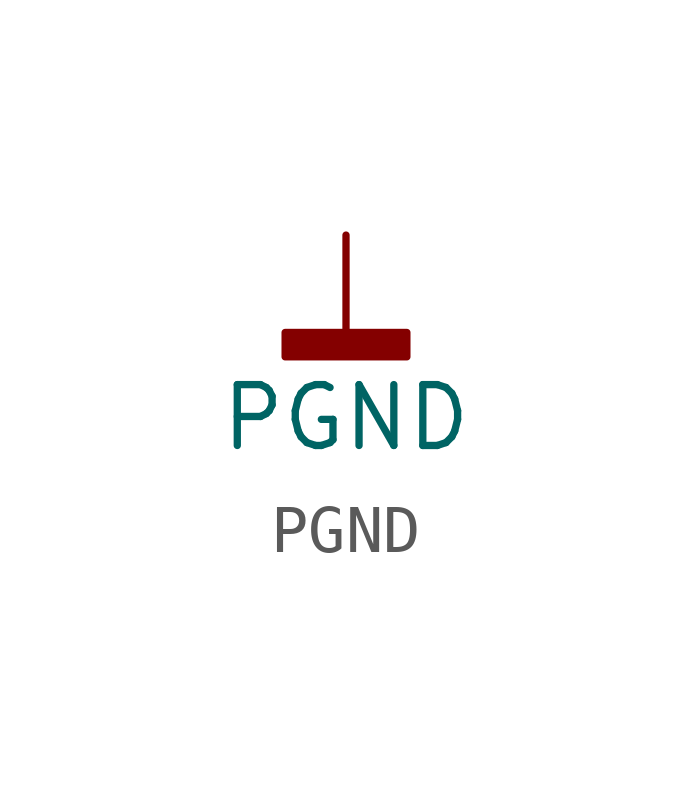
<source format=kicad_sym>
(kicad_symbol_lib
  (version 20211014)
  (generator kicad_symbol_editor)
  (symbol "PGND"
    (power)
    (pin_names
      (offset 0))
    (property "Reference" "#PWR"
      (at 0 -6.35 0)
      (effects (font (size 1.27 1.27)) hide))
    (property "Value" "PGND"
      (at 0 -3.81 0)
      (effects (font (size 1.27 1.27))))
    (symbol "PGND_0_1"
      (rectangle (start -1.27 -2.032) (end 1.27 -2.54) (stroke (width 0.152) (type default) (color 0 0 0 0)) (fill (type outline)))
      (polyline (pts (xy 0 0) (xy 0 -2.032)) (stroke (width 0.152) (type default) (color 0 0 0 0)) (fill (type none))))
    (symbol "PGND_1_1"
      (pin power_in line (at 0 0 270) (length 0) hide (name "PGND" (effects (font (size 1.27 1.27)))) (number "1" (effects (font (size 1.27 1.27))))))))
</source>
